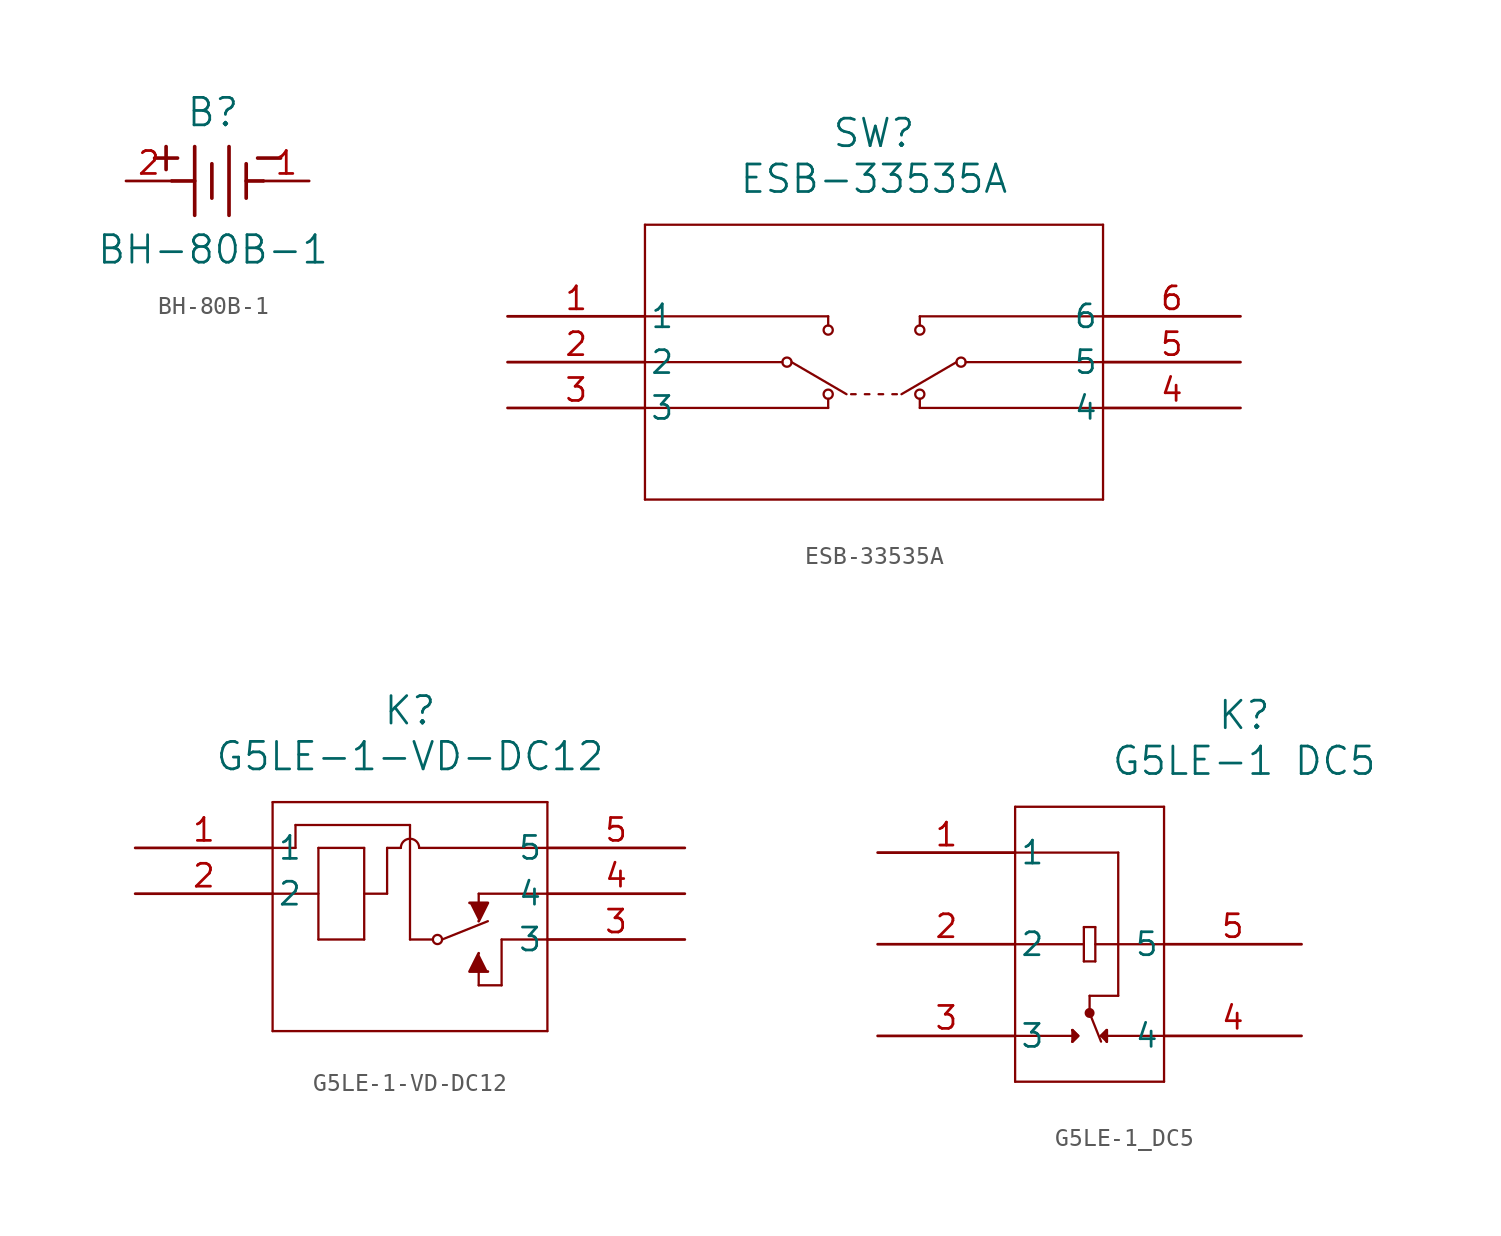
<source format=kicad_sym>
(kicad_symbol_lib
  (version 20220914)
  (generator kicad_symbol_editor)
  (symbol "BH-80B-1"
    (pin_names
      (offset 0.254))
    (property "Reference" "B"
      (at 4.826 3.81 0)
      (effects (font (size 1.524 1.524))))
    (property "Value" "BH-80B-1"
      (at 4.826 -3.81 0)
      (effects (font (size 1.524 1.524))))
    (property "ki_locked" ""
      (at 0 0 0)
      (effects (font (size 1.27 1.27))))
    (symbol "BH-80B-1_0_1"
      (polyline (pts (xy 1.587 1.27) (xy 2.857 1.27)) (stroke (width 0.203) (type default)) (fill (type none)))
      (polyline (pts (xy 2.223 0.635) (xy 2.223 1.905)) (stroke (width 0.203) (type default)) (fill (type none)))
      (polyline (pts (xy 2.54 0) (xy 3.81 0)) (stroke (width 0.203) (type default)) (fill (type none)))
      (polyline (pts (xy 3.81 -1.905) (xy 3.81 1.905)) (stroke (width 0.203) (type default)) (fill (type none)))
      (polyline (pts (xy 4.763 0.953) (xy 4.763 -0.953)) (stroke (width 0.203) (type default)) (fill (type none)))
      (polyline (pts (xy 5.715 -1.905) (xy 5.715 1.905)) (stroke (width 0.203) (type default)) (fill (type none)))
      (polyline (pts (xy 6.668 0) (xy 7.62 0)) (stroke (width 0.203) (type default)) (fill (type none)))
      (polyline (pts (xy 6.668 0.953) (xy 6.668 -0.953)) (stroke (width 0.203) (type default)) (fill (type none)))
      (polyline (pts (xy 7.303 1.27) (xy 8.572 1.27)) (stroke (width 0.203) (type default)) (fill (type none)))
      (pin unspecified line (at 10.16 0 180) (length 2.54) (name "" (effects (font (size 1.27 1.27)))) (number "1" (effects (font (size 1.27 1.27)))))
      (pin unspecified line (at 0 0 0) (length 2.54) (name "" (effects (font (size 1.27 1.27)))) (number "2" (effects (font (size 1.27 1.27)))))))
  (symbol "ESB-33535A"
    (pin_names
      (offset 0.254))
    (property "Reference" "SW"
      (at 20.32 10.16 0)
      (effects (font (size 1.524 1.524))))
    (property "Value" "ESB-33535A"
      (at 20.32 7.62 0)
      (effects (font (size 1.524 1.524))))
    (property "ki_locked" ""
      (at 0 0 0)
      (effects (font (size 1.27 1.27))))
    (symbol "ESB-33535A_0_1"
      (polyline (pts (xy 7.62 -10.16) (xy 33.02 -10.16)) (stroke (width 0.127) (type default)) (fill (type none)))
      (polyline (pts (xy 7.62 -5.08) (xy 17.78 -5.08)) (stroke (width 0.127) (type default)) (fill (type none)))
      (polyline (pts (xy 7.62 -2.54) (xy 15.24 -2.54)) (stroke (width 0.127) (type default)) (fill (type none)))
      (polyline (pts (xy 7.62 0) (xy 17.78 0)) (stroke (width 0.127) (type default)) (fill (type none)))
      (polyline (pts (xy 7.62 5.08) (xy 7.62 -10.16)) (stroke (width 0.127) (type default)) (fill (type none)))
      (polyline (pts (xy 15.748 -2.54) (xy 18.796 -4.318)) (stroke (width 0.127) (type default)) (fill (type none)))
      (polyline (pts (xy 17.78 -4.572) (xy 17.78 -5.08)) (stroke (width 0.127) (type default)) (fill (type none)))
      (polyline (pts (xy 17.78 0) (xy 17.78 -0.508)) (stroke (width 0.127) (type default)) (fill (type none)))
      (polyline (pts (xy 19.05 -4.318) (xy 19.304 -4.318)) (stroke (width 0.127) (type default)) (fill (type none)))
      (polyline (pts (xy 19.812 -4.318) (xy 20.066 -4.318)) (stroke (width 0.127) (type default)) (fill (type none)))
      (polyline (pts (xy 20.828 -4.318) (xy 20.574 -4.318)) (stroke (width 0.127) (type default)) (fill (type none)))
      (polyline (pts (xy 21.336 -4.318) (xy 21.59 -4.318)) (stroke (width 0.127) (type default)) (fill (type none)))
      (polyline (pts (xy 22.86 -4.572) (xy 22.86 -5.08)) (stroke (width 0.127) (type default)) (fill (type none)))
      (polyline (pts (xy 22.86 0) (xy 22.86 -0.508)) (stroke (width 0.127) (type default)) (fill (type none)))
      (polyline (pts (xy 24.892 -2.54) (xy 21.844 -4.318)) (stroke (width 0.127) (type default)) (fill (type none)))
      (polyline (pts (xy 33.02 -10.16) (xy 33.02 5.08)) (stroke (width 0.127) (type default)) (fill (type none)))
      (polyline (pts (xy 33.02 -5.08) (xy 22.86 -5.08)) (stroke (width 0.127) (type default)) (fill (type none)))
      (polyline (pts (xy 33.02 -2.54) (xy 25.4 -2.54)) (stroke (width 0.127) (type default)) (fill (type none)))
      (polyline (pts (xy 33.02 0) (xy 22.86 0)) (stroke (width 0.127) (type default)) (fill (type none)))
      (polyline (pts (xy 33.02 5.08) (xy 7.62 5.08)) (stroke (width 0.127) (type default)) (fill (type none)))
      (circle (center 15.494 -2.54) (radius 0.254) (stroke (width 0.127) (type default)) (fill (type none)))
      (circle (center 17.78 -4.318) (radius 0.254) (stroke (width 0.127) (type default)) (fill (type none)))
      (circle (center 17.78 -0.762) (radius 0.254) (stroke (width 0.127) (type default)) (fill (type none)))
      (circle (center 22.86 -4.318) (radius 0.254) (stroke (width 0.127) (type default)) (fill (type none)))
      (circle (center 22.86 -0.762) (radius 0.254) (stroke (width 0.127) (type default)) (fill (type none)))
      (circle (center 25.146 -2.54) (radius 0.254) (stroke (width 0.127) (type default)) (fill (type none)))
      (pin unspecified line (at 0 0 0) (length 7.62) (name "1" (effects (font (size 1.27 1.27)))) (number "1" (effects (font (size 1.27 1.27)))))
      (pin unspecified line (at 0 -2.54 0) (length 7.62) (name "2" (effects (font (size 1.27 1.27)))) (number "2" (effects (font (size 1.27 1.27)))))
      (pin unspecified line (at 0 -5.08 0) (length 7.62) (name "3" (effects (font (size 1.27 1.27)))) (number "3" (effects (font (size 1.27 1.27)))))
      (pin unspecified line (at 40.64 -5.08 180) (length 7.62) (name "4" (effects (font (size 1.27 1.27)))) (number "4" (effects (font (size 1.27 1.27)))))
      (pin unspecified line (at 40.64 -2.54 180) (length 7.62) (name "5" (effects (font (size 1.27 1.27)))) (number "5" (effects (font (size 1.27 1.27)))))
      (pin unspecified line (at 40.64 0 180) (length 7.62) (name "6" (effects (font (size 1.27 1.27)))) (number "6" (effects (font (size 1.27 1.27)))))))
  (symbol "G5LE-1-VD-DC12"
    (pin_names
      (offset 0.254))
    (property "Reference" "K"
      (at 15.24 7.62 0)
      (effects (font (size 1.524 1.524))))
    (property "Value" "G5LE-1-VD-DC12"
      (at 15.24 5.08 0)
      (effects (font (size 1.524 1.524))))
    (property "ki_locked" ""
      (at 0 0 0)
      (effects (font (size 1.27 1.27))))
    (symbol "G5LE-1-VD-DC12_0_1"
      (polyline (pts (xy 7.62 -10.16) (xy 22.86 -10.16)) (stroke (width 0.127) (type default)) (fill (type none)))
      (polyline (pts (xy 7.62 -2.54) (xy 10.16 -2.54)) (stroke (width 0.127) (type default)) (fill (type none)))
      (polyline (pts (xy 7.62 0) (xy 8.89 0)) (stroke (width 0.127) (type default)) (fill (type none)))
      (polyline (pts (xy 7.62 2.54) (xy 7.62 -10.16)) (stroke (width 0.127) (type default)) (fill (type none)))
      (polyline (pts (xy 8.89 0) (xy 8.89 1.27)) (stroke (width 0.127) (type default)) (fill (type none)))
      (polyline (pts (xy 8.89 1.27) (xy 15.24 1.27)) (stroke (width 0.127) (type default)) (fill (type none)))
      (polyline (pts (xy 10.16 -5.08) (xy 12.7 -5.08)) (stroke (width 0.127) (type default)) (fill (type none)))
      (polyline (pts (xy 10.16 0) (xy 10.16 -5.08)) (stroke (width 0.127) (type default)) (fill (type none)))
      (polyline (pts (xy 12.7 -5.08) (xy 12.7 0)) (stroke (width 0.127) (type default)) (fill (type none)))
      (polyline (pts (xy 12.7 -2.54) (xy 13.97 -2.54)) (stroke (width 0.127) (type default)) (fill (type none)))
      (polyline (pts (xy 12.7 0) (xy 10.16 0)) (stroke (width 0.127) (type default)) (fill (type none)))
      (polyline (pts (xy 13.97 -2.54) (xy 13.97 0)) (stroke (width 0.127) (type default)) (fill (type none)))
      (polyline (pts (xy 13.97 0) (xy 14.732 0)) (stroke (width 0.127) (type default)) (fill (type none)))
      (polyline (pts (xy 15.24 -5.08) (xy 16.51 -5.08)) (stroke (width 0.127) (type default)) (fill (type none)))
      (polyline (pts (xy 15.24 1.27) (xy 15.24 -5.08)) (stroke (width 0.127) (type default)) (fill (type none)))
      (polyline (pts (xy 17.018 -5.08) (xy 19.558 -4.064)) (stroke (width 0.127) (type default)) (fill (type none)))
      (polyline (pts (xy 19.05 -7.62) (xy 19.05 -6.35)) (stroke (width 0.127) (type default)) (fill (type none)))
      (polyline (pts (xy 19.05 -7.62) (xy 20.32 -7.62)) (stroke (width 0.127) (type default)) (fill (type none)))
      (polyline (pts (xy 19.05 -2.54) (xy 19.05 -3.81)) (stroke (width 0.127) (type default)) (fill (type none)))
      (polyline (pts (xy 19.05 -2.54) (xy 22.86 -2.54)) (stroke (width 0.127) (type default)) (fill (type none)))
      (polyline (pts (xy 20.32 -7.62) (xy 20.32 -5.08)) (stroke (width 0.127) (type default)) (fill (type none)))
      (polyline (pts (xy 22.86 -10.16) (xy 22.86 2.54)) (stroke (width 0.127) (type default)) (fill (type none)))
      (polyline (pts (xy 22.86 -5.08) (xy 20.32 -5.08)) (stroke (width 0.127) (type default)) (fill (type none)))
      (polyline (pts (xy 22.86 0) (xy 15.748 0)) (stroke (width 0.127) (type default)) (fill (type none)))
      (polyline (pts (xy 22.86 2.54) (xy 7.62 2.54)) (stroke (width 0.127) (type default)) (fill (type none)))
      (polyline (pts (xy 19.05 -5.842) (xy 18.542 -6.858) (xy 19.558 -6.858)) (stroke (width 0) (type default)) (fill (type outline)))
      (polyline (pts (xy 19.05 -4.064) (xy 19.558 -3.048) (xy 18.542 -3.048)) (stroke (width 0) (type default)) (fill (type outline)))
      (arc (start 15.748 0) (mid 15.24 0.5058) (end 14.732 0) (stroke (width 0.127) (type default)) (fill (type none)))
      (circle (center 16.764 -5.08) (radius 0.254) (stroke (width 0.127) (type default)) (fill (type none)))
      (pin unspecified line (at 0 0 0) (length 7.62) (name "1" (effects (font (size 1.27 1.27)))) (number "1" (effects (font (size 1.27 1.27)))))
      (pin unspecified line (at 0 -2.54 0) (length 7.62) (name "2" (effects (font (size 1.27 1.27)))) (number "2" (effects (font (size 1.27 1.27)))))
      (pin unspecified line (at 30.48 -5.08 180) (length 7.62) (name "3" (effects (font (size 1.27 1.27)))) (number "3" (effects (font (size 1.27 1.27)))))
      (pin unspecified line (at 30.48 -2.54 180) (length 7.62) (name "4" (effects (font (size 1.27 1.27)))) (number "4" (effects (font (size 1.27 1.27)))))
      (pin unspecified line (at 30.48 0 180) (length 7.62) (name "5" (effects (font (size 1.27 1.27)))) (number "5" (effects (font (size 1.27 1.27)))))))
  (symbol "G5LE-1_DC5"
    (pin_names
      (offset 0.254))
    (property "Reference" "K"
      (at 20.32 7.62 0)
      (effects (font (size 1.524 1.524))))
    (property "Value" "G5LE-1 DC5"
      (at 20.32 5.08 0)
      (effects (font (size 1.524 1.524))))
    (property "ki_locked" ""
      (at 0 0 0)
      (effects (font (size 1.27 1.27))))
    (symbol "G5LE-1_DC5_0_1"
      (polyline (pts (xy 7.62 -12.7) (xy 15.875 -12.7)) (stroke (width 0.127) (type default)) (fill (type none)))
      (polyline (pts (xy 7.62 -10.16) (xy 10.795 -10.16)) (stroke (width 0.127) (type default)) (fill (type none)))
      (polyline (pts (xy 7.62 -5.08) (xy 11.43 -5.08)) (stroke (width 0.127) (type default)) (fill (type none)))
      (polyline (pts (xy 7.62 0) (xy 13.335 0)) (stroke (width 0.127) (type default)) (fill (type none)))
      (polyline (pts (xy 7.62 2.54) (xy 7.62 -12.7)) (stroke (width 0.127) (type default)) (fill (type none)))
      (polyline (pts (xy 10.795 -10.477) (xy 11.113 -10.16)) (stroke (width 0.127) (type default)) (fill (type none)))
      (polyline (pts (xy 10.795 -9.842) (xy 10.795 -10.477)) (stroke (width 0.127) (type default)) (fill (type none)))
      (polyline (pts (xy 11.113 -10.16) (xy 10.795 -9.842)) (stroke (width 0.127) (type default)) (fill (type none)))
      (polyline (pts (xy 11.43 -6.032) (xy 12.065 -6.032)) (stroke (width 0.127) (type default)) (fill (type none)))
      (polyline (pts (xy 11.43 -4.128) (xy 11.43 -6.032)) (stroke (width 0.127) (type default)) (fill (type none)))
      (polyline (pts (xy 11.43 -4.128) (xy 12.065 -4.128)) (stroke (width 0.127) (type default)) (fill (type none)))
      (polyline (pts (xy 11.748 -8.89) (xy 11.748 -7.938)) (stroke (width 0.127) (type default)) (fill (type none)))
      (polyline (pts (xy 11.748 -7.938) (xy 13.335 -7.938)) (stroke (width 0.127) (type default)) (fill (type none)))
      (polyline (pts (xy 12.065 -5.08) (xy 15.875 -5.08)) (stroke (width 0.127) (type default)) (fill (type none)))
      (polyline (pts (xy 12.065 -4.128) (xy 12.065 -6.032)) (stroke (width 0.127) (type default)) (fill (type none)))
      (polyline (pts (xy 12.383 -10.477) (xy 11.748 -8.89)) (stroke (width 0.127) (type default)) (fill (type none)))
      (polyline (pts (xy 12.383 -10.16) (xy 12.7 -10.477)) (stroke (width 0.127) (type default)) (fill (type none)))
      (polyline (pts (xy 12.383 -10.16) (xy 12.7 -9.842)) (stroke (width 0.127) (type default)) (fill (type none)))
      (polyline (pts (xy 12.7 -10.16) (xy 15.875 -10.16)) (stroke (width 0.127) (type default)) (fill (type none)))
      (polyline (pts (xy 12.7 -9.842) (xy 12.7 -10.477)) (stroke (width 0.127) (type default)) (fill (type none)))
      (polyline (pts (xy 13.335 0) (xy 13.335 -7.938)) (stroke (width 0.127) (type default)) (fill (type none)))
      (polyline (pts (xy 15.875 2.54) (xy 7.62 2.54)) (stroke (width 0.127) (type default)) (fill (type none)))
      (polyline (pts (xy 15.875 2.54) (xy 15.875 -12.7)) (stroke (width 0.127) (type default)) (fill (type none)))
      (polyline (pts (xy 10.795 -9.842) (xy 11.113 -10.16) (xy 10.795 -10.477)) (stroke (width 0) (type default)) (fill (type outline)))
      (polyline (pts (xy 12.383 -10.16) (xy 12.7 -9.842) (xy 12.7 -10.477)) (stroke (width 0) (type default)) (fill (type outline)))
      (circle (center 11.748 -8.89) (radius 0.152) (stroke (width 0.254) (type default)) (fill (type none)))
      (pin unspecified line (at 0 0 0) (length 7.62) (name "1" (effects (font (size 1.27 1.27)))) (number "1" (effects (font (size 1.27 1.27)))))
      (pin unspecified line (at 0 -5.08 0) (length 7.62) (name "2" (effects (font (size 1.27 1.27)))) (number "2" (effects (font (size 1.27 1.27)))))
      (pin unspecified line (at 0 -10.16 0) (length 7.62) (name "3" (effects (font (size 1.27 1.27)))) (number "3" (effects (font (size 1.27 1.27)))))
      (pin unspecified line (at 23.495 -10.16 180) (length 7.62) (name "4" (effects (font (size 1.27 1.27)))) (number "4" (effects (font (size 1.27 1.27)))))
      (pin unspecified line (at 23.495 -5.08 180) (length 7.62) (name "5" (effects (font (size 1.27 1.27)))) (number "5" (effects (font (size 1.27 1.27))))))))
</source>
